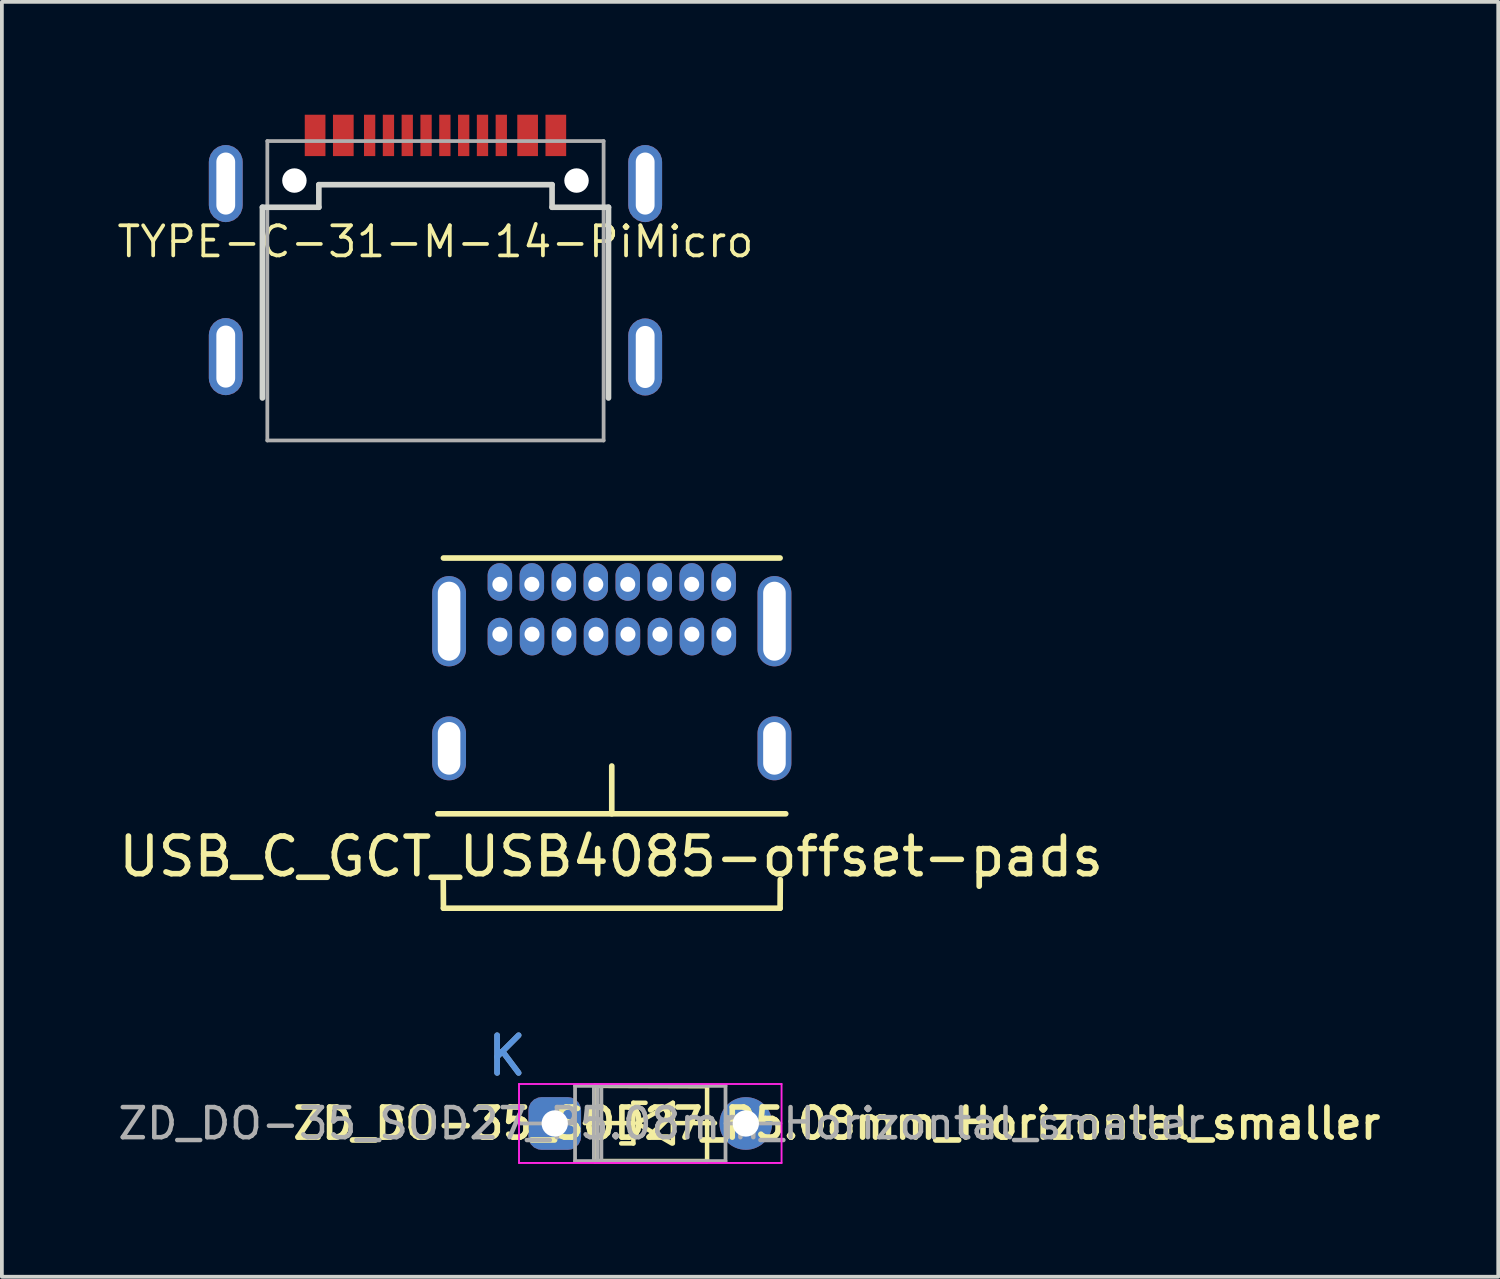
<source format=kicad_pcb>
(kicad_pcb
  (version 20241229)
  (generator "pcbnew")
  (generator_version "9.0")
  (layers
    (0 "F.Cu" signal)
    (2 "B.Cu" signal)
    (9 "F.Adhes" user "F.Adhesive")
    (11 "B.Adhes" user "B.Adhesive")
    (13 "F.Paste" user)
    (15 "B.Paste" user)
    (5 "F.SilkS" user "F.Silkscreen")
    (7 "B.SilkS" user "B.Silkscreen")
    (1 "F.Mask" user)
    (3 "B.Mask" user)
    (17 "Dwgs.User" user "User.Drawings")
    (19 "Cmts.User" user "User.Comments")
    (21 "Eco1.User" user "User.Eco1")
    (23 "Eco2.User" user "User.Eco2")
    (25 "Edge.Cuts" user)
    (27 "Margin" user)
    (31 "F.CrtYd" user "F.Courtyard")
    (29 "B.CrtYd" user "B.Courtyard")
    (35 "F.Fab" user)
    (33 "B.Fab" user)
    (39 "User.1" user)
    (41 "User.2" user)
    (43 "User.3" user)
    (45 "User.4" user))
  (footprint "TYPE-C-31-M-14-PiMicro"
    (layer "F.Cu")
    (at 8.527 5.525)
    (property "Reference" "TYPE-C-31-M-14-PiMicro" (at 0 -2.15 180) (layer "F.SilkS") (effects (font (size 0.8 0.8) (thickness 0.1))))
    (attr smd)
    (fp_line (start -4.6 -3.065) (end -4.6 2.005) (stroke (width 0.15) (type solid)) (layer "Edge.Cuts"))
    (fp_line (start -3.1 -3.665) (end -3.1 -3.065) (stroke (width 0.15) (type solid)) (layer "Edge.Cuts"))
    (fp_line (start -3.1 -3.065) (end -4.6 -3.065) (stroke (width 0.15) (type solid)) (layer "Edge.Cuts"))
    (fp_line (start 3.1 -3.665) (end -3.1 -3.665) (stroke (width 0.15) (type solid)) (layer "Edge.Cuts"))
    (fp_line (start 3.1 -3.065) (end 3.1 -3.665) (stroke (width 0.15) (type solid)) (layer "Edge.Cuts"))
    (fp_line (start 4.6 -3.065) (end 3.1 -3.065) (stroke (width 0.15) (type solid)) (layer "Edge.Cuts"))
    (fp_line (start 4.6 2.005) (end 4.6 -3.065) (stroke (width 0.15) (type solid)) (layer "Edge.Cuts"))
    (fp_line (start -4.47 -4.825) (end -4.47 3.135) (stroke (width 0.1) (type solid)) (layer "F.Fab"))
    (fp_line (start 0.07 -3.72) (end 0.07 -3.64) (stroke (width 0.01) (type solid)) (layer "F.Fab"))
    (fp_line (start 4.47 -4.825) (end -4.47 -4.825) (stroke (width 0.1) (type solid)) (layer "F.Fab"))
    (fp_line (start 4.47 -4.825) (end 4.47 3.135) (stroke (width 0.1) (type solid)) (layer "F.Fab"))
    (fp_line (start 4.47 3.135) (end -4.47 3.135) (stroke (width 0.1) (type solid)) (layer "F.Fab"))
    (pad "" np_thru_hole circle (at -3.75 -3.775) (size 0.65 0.65) (drill 0.65) (layers "*.Cu" "*.Mask"))
    (pad "" np_thru_hole circle (at 3.75 -3.775) (size 0.65 0.65) (drill 0.65) (layers "*.Cu" "*.Mask"))
    (pad "1" smd rect (at -3.2 -4.975) (size 0.55 1.1) (layers "F.Cu" "F.Mask" "F.Paste"))
    (pad "2" smd rect (at -2.45 -4.975) (size 0.55 1.1) (layers "F.Cu" "F.Mask" "F.Paste"))
    (pad "3" smd rect (at -1.75 -4.975) (size 0.3 1.1) (layers "F.Cu" "F.Mask" "F.Paste"))
    (pad "4" smd rect (at -1.25 -4.975) (size 0.3 1.1) (layers "F.Cu" "F.Mask" "F.Paste"))
    (pad "5" smd rect (at -0.75 -4.975) (size 0.3 1.1) (layers "F.Cu" "F.Mask" "F.Paste"))
    (pad "6" smd rect (at -0.25 -4.975) (size 0.3 1.1) (layers "F.Cu" "F.Mask" "F.Paste"))
    (pad "7" smd rect (at 0.25 -4.975) (size 0.3 1.1) (layers "F.Cu" "F.Mask" "F.Paste"))
    (pad "8" smd rect (at 0.75 -4.975) (size 0.3 1.1) (layers "F.Cu" "F.Mask" "F.Paste"))
    (pad "9" smd rect (at 1.25 -4.975) (size 0.3 1.1) (layers "F.Cu" "F.Mask" "F.Paste"))
    (pad "10" smd rect (at 1.75 -4.975) (size 0.3 1.1) (layers "F.Cu" "F.Mask" "F.Paste"))
    (pad "11" smd rect (at 2.45 -4.975) (size 0.55 1.1) (layers "F.Cu" "F.Mask" "F.Paste"))
    (pad "12" smd rect (at 3.2 -4.975) (size 0.55 1.1) (layers "F.Cu" "F.Mask" "F.Paste"))
    (pad "13" thru_hole roundrect (at -5.575 -3.695) (size 0.9 2.05) (drill oval 0.5 1.65) (layers "*.Cu" "*.Mask") (roundrect_rratio 0.5))
    (pad "13" thru_hole roundrect (at -5.575 0.905) (size 0.9 2.05) (drill oval 0.5 1.65) (layers "*.Cu" "*.Mask") (roundrect_rratio 0.5))
    (pad "13" thru_hole roundrect (at 5.575 -3.695) (size 0.9 2.05) (drill oval 0.5 1.65) (layers "*.Cu" "*.Mask") (roundrect_rratio 0.5))
    (pad "13" thru_hole roundrect (at 5.575 0.915) (size 0.9 2.05) (drill oval 0.5 1.65) (layers "*.Cu" "*.Mask") (roundrect_rratio 0.5)))
  (footprint "USB_C_GCT_USB4085-offset-pads"
    (layer "F.Cu")
    (at 13.214 18.585)
    (property "Reference" "USB_C_GCT_USB4085-offset-pads" (at -0.017 1.137 0) (layer "F.SilkS") (effects (font (size 1 1) (thickness 0.15))))
    (attr through_hole)
    (fp_line (start -4.625 0) (end 4.625 0) (stroke (width 0.15) (type solid)) (layer "F.SilkS"))
    (fp_line (start -4.475 -6.8) (end 4.475 -6.8) (stroke (width 0.15) (type solid)) (layer "F.SilkS"))
    (fp_line (start -4.475 2.51) (end -4.48 1.75) (stroke (width 0.15) (type solid)) (layer "F.SilkS"))
    (fp_line (start -4.475 2.51) (end 4.475 2.51) (stroke (width 0.15) (type solid)) (layer "F.SilkS"))
    (fp_line (start 0 0) (end 0 -1.27) (stroke (width 0.15) (type solid)) (layer "F.SilkS"))
    (fp_line (start 4.48 1.75) (end 4.475 2.51) (stroke (width 0.15) (type solid)) (layer "F.SilkS"))
    (pad "A1" thru_hole oval (at -2.975 -6.1) (size 0.65 1) (drill 0.4 (offset 0 -0.064)) (layers "*.Cu" "*.Mask"))
    (pad "A4" thru_hole oval (at -2.125 -6.1) (size 0.65 1) (drill 0.4 (offset 0 -0.064)) (layers "*.Cu" "*.Mask"))
    (pad "A5" thru_hole oval (at -1.275 -6.1) (size 0.65 1) (drill 0.4 (offset 0 -0.064)) (layers "*.Cu" "*.Mask"))
    (pad "A6" thru_hole oval (at -0.425 -6.1) (size 0.65 1) (drill 0.4 (offset 0 -0.064)) (layers "*.Cu" "*.Mask"))
    (pad "A7" thru_hole oval (at 0.425 -6.1) (size 0.65 1) (drill 0.4 (offset 0 -0.064)) (layers "*.Cu" "*.Mask"))
    (pad "A8" thru_hole oval (at 1.275 -6.1) (size 0.65 1) (drill 0.4 (offset 0 -0.064)) (layers "*.Cu" "*.Mask"))
    (pad "A9" thru_hole oval (at 2.125 -6.1) (size 0.65 1) (drill 0.4 (offset 0 -0.064)) (layers "*.Cu" "*.Mask"))
    (pad "A12" thru_hole oval (at 2.975 -6.1) (size 0.65 1) (drill 0.4 (offset 0 -0.064)) (layers "*.Cu" "*.Mask"))
    (pad "B1" thru_hole oval (at 2.98 -4.775) (size 0.65 1) (drill 0.4 (offset 0 0.064)) (layers "*.Cu" "*.Mask"))
    (pad "B4" thru_hole oval (at 2.13 -4.775) (size 0.65 1) (drill 0.4 (offset 0 0.064)) (layers "*.Cu" "*.Mask"))
    (pad "B5" thru_hole oval (at 1.28 -4.775) (size 0.65 1) (drill 0.4 (offset 0 0.064)) (layers "*.Cu" "*.Mask"))
    (pad "B6" thru_hole oval (at 0.43 -4.775) (size 0.65 1) (drill 0.4 (offset 0 0.064)) (layers "*.Cu" "*.Mask"))
    (pad "B7" thru_hole oval (at -0.42 -4.775) (size 0.65 1) (drill 0.4 (offset 0 0.064)) (layers "*.Cu" "*.Mask"))
    (pad "B8" thru_hole oval (at -1.27 -4.775) (size 0.65 1) (drill 0.4 (offset 0 0.064)) (layers "*.Cu" "*.Mask"))
    (pad "B9" thru_hole oval (at -2.12 -4.775) (size 0.65 1) (drill 0.4 (offset 0 0.064)) (layers "*.Cu" "*.Mask"))
    (pad "B12" thru_hole oval (at -2.975 -4.775) (size 0.65 1) (drill 0.4 (offset 0 0.064)) (layers "*.Cu" "*.Mask"))
    (pad "S1" thru_hole oval (at -4.325 -5.12) (size 0.9 2.4) (drill oval 0.6 2.1) (layers "*.Cu" "*.Mask"))
    (pad "S1" thru_hole oval (at -4.325 -1.74) (size 0.9 1.7) (drill oval 0.6 1.4) (layers "*.Cu" "*.Mask"))
    (pad "S1" thru_hole oval (at 4.325 -5.12) (size 0.9 2.4) (drill oval 0.6 2.1) (layers "*.Cu" "*.Mask"))
    (pad "S1" thru_hole oval (at 4.325 -1.74) (size 0.9 1.7) (drill oval 0.6 1.4) (layers "*.Cu" "*.Mask")))
  (footprint "ZD_DO-35_SOD27_P5.08mm_Horizontal_smaller"
    (layer "F.Cu")
    (at 10.428 26.818)
    (property "Reference" "ZD_DO-35_SOD27_P5.08mm_Horizontal_smaller" (at 8.77 0 0) (layer "F.SilkS") (effects (font (size 0.8 0.8) (thickness 0.15))))
    (attr through_hole)
    (fp_line (start 2.07 -0.01) (end 3.35 -0.01) (stroke (width 0.12) (type solid)) (layer "F.SilkS"))
    (fp_line (start 2.33 -1) (end 5.32 -0.99) (stroke (width 0.12) (type solid)) (layer "F.SilkS"))
    (fp_line (start 2.33 1) (end 2.33 -1) (stroke (width 0.12) (type solid)) (layer "F.SilkS"))
    (fp_line (start 2.34 1) (end 5.31 1) (stroke (width 0.12) (type solid)) (layer "F.SilkS"))
    (fp_line (start 3.037 0.53) (end 3.36 0.53) (stroke (width 0.12) (type solid)) (layer "F.SilkS"))
    (fp_line (start 3.36 -0.55) (end 3.683 -0.55) (stroke (width 0.12) (type solid)) (layer "F.SilkS"))
    (fp_line (start 3.36 0.53) (end 3.36 -0.55) (stroke (width 0.12) (type solid)) (layer "F.SilkS"))
    (fp_line (start 3.46 -0.01) (end 4.41 -0.55) (stroke (width 0.12) (type solid)) (layer "F.SilkS"))
    (fp_line (start 3.47 0) (end 4.38 0.53) (stroke (width 0.12) (type solid)) (layer "F.SilkS"))
    (fp_line (start 4.41 0.53) (end 4.41 -0.55) (stroke (width 0.12) (type solid)) (layer "F.SilkS"))
    (fp_line (start 5.32 1) (end 5.32 -0.99) (stroke (width 0.12) (type solid)) (layer "F.SilkS"))
    (fp_line (start 5.53 -0.01) (end 4.41 -0.01) (stroke (width 0.12) (type solid)) (layer "F.SilkS"))
    (fp_line (start 0.32 -1.05) (end 0.32 1.05) (stroke (width 0.05) (type solid)) (layer "F.CrtYd"))
    (fp_line (start 0.32 1.05) (end 7.3 1.05) (stroke (width 0.05) (type solid)) (layer "F.CrtYd"))
    (fp_line (start 7.3 -1.05) (end 0.32 -1.05) (stroke (width 0.05) (type solid)) (layer "F.CrtYd"))
    (fp_line (start 7.3 1.05) (end 7.3 -1.05) (stroke (width 0.05) (type solid)) (layer "F.CrtYd"))
    (fp_line (start 0.35 0) (end 1.81 0) (stroke (width 0.1) (type solid)) (layer "F.Fab"))
    (fp_line (start 1.81 -1) (end 1.81 1) (stroke (width 0.1) (type solid)) (layer "F.Fab"))
    (fp_line (start 1.81 1) (end 5.81 1) (stroke (width 0.1) (type solid)) (layer "F.Fab"))
    (fp_line (start 2.31 -1) (end 2.31 1) (stroke (width 0.1) (type solid)) (layer "F.Fab"))
    (fp_line (start 2.41 -1) (end 2.41 1) (stroke (width 0.1) (type solid)) (layer "F.Fab"))
    (fp_line (start 2.51 -1) (end 2.51 1) (stroke (width 0.1) (type solid)) (layer "F.Fab"))
    (fp_line (start 5.81 -1) (end 1.81 -1) (stroke (width 0.1) (type solid)) (layer "F.Fab"))
    (fp_line (start 5.81 1) (end 5.81 -1) (stroke (width 0.1) (type solid)) (layer "F.Fab"))
    (fp_line (start 7.27 0) (end 5.81 0) (stroke (width 0.1) (type solid)) (layer "F.Fab"))
    (fp_text user "K" (at 0 -1.8 0) (layer "Cmts.User") (effects (font (size 1 1) (thickness 0.15))))
    (fp_text user "K" (at 0 -1.8 0) (layer "F.Fab") (effects (font (size 1 1) (thickness 0.15))))
    (fp_text user "${REFERENCE}" (at 4.11 0 0) (layer "F.Fab") (effects (font (size 0.8 0.8) (thickness 0.12))))
    (pad "1" thru_hole roundrect (at 1.27 0) (size 1.4 1.4) (drill 0.7) (layers "*.Cu" "*.Mask") (roundrect_rratio 0.25))
    (pad "2" thru_hole circle (at 6.35 0) (size 1.4 1.4) (drill 0.7) (layers "*.Cu" "*.Mask")))
  (gr_rect
    (start -3 -3)
    (end 36.781 30.893)
    (stroke (width 0.1) (type default))
    (fill no)
    (layer "Edge.Cuts")))
</source>
